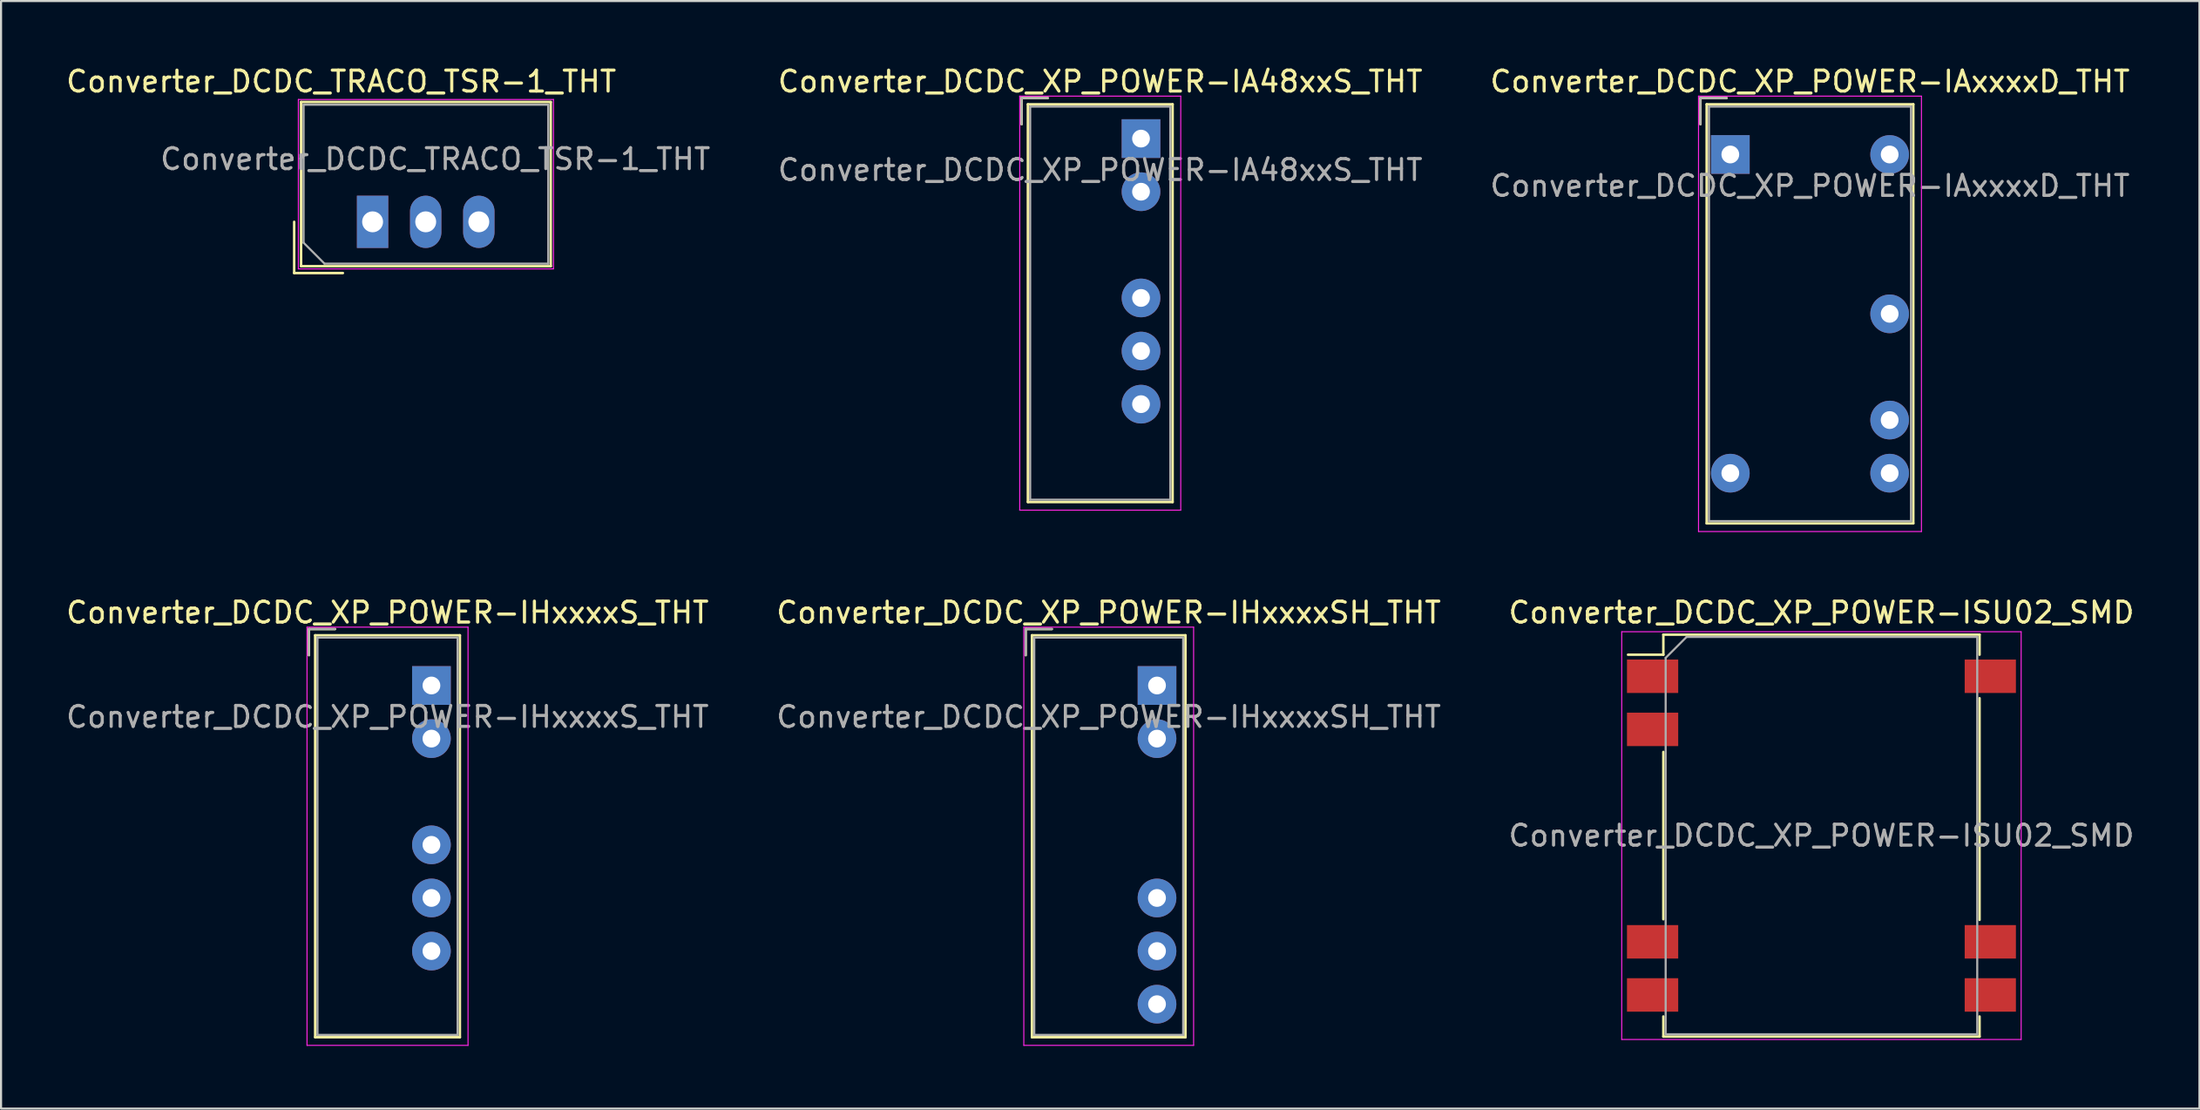
<source format=kicad_pcb>
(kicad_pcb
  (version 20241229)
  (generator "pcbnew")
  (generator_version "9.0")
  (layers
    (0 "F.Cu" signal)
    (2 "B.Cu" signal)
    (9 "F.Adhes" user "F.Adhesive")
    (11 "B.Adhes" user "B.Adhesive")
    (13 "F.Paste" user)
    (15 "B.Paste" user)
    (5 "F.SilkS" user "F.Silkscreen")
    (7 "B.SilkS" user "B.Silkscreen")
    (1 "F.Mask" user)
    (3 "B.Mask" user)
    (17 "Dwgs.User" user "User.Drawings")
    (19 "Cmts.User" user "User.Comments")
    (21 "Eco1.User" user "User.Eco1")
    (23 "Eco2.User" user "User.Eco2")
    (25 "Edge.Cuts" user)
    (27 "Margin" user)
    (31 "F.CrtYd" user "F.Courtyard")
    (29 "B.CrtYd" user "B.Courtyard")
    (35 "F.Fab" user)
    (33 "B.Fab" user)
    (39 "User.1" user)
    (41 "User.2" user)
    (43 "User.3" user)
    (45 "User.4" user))
  (footprint "Converter_DCDC_XP_POWER-IAxxxxD_THT"
    (layer "F.Cu")
    (at 79.696 4.338)
    (property "Reference" "Converter_DCDC_XP_POWER-IAxxxxD_THT" (at 3.81 -3.49 0) (layer "F.SilkS") (effects (font (size 1 1) (thickness 0.15))))
    (attr through_hole)
    (fp_line (start -1.43 -2.7) (end -1.43 -1.45) (stroke (width 0.12) (type solid)) (layer "F.SilkS"))
    (fp_line (start -1.13 -2.4) (end -1.13 17.64) (stroke (width 0.12) (type solid)) (layer "F.SilkS"))
    (fp_line (start -1.13 17.64) (end 8.75 17.64) (stroke (width 0.12) (type solid)) (layer "F.SilkS"))
    (fp_line (start -0.18 -2.7) (end -1.43 -2.7) (stroke (width 0.12) (type solid)) (layer "F.SilkS"))
    (fp_line (start 8.75 -2.4) (end -1.13 -2.4) (stroke (width 0.12) (type solid)) (layer "F.SilkS"))
    (fp_line (start 8.75 17.64) (end 8.75 -2.4) (stroke (width 0.12) (type solid)) (layer "F.SilkS"))
    (fp_line (start -1.52 -2.79) (end -1.52 18.03) (stroke (width 0.05) (type solid)) (layer "F.CrtYd"))
    (fp_line (start -1.52 18.03) (end 9.14 18.03) (stroke (width 0.05) (type solid)) (layer "F.CrtYd"))
    (fp_line (start 9.14 -2.79) (end -1.52 -2.79) (stroke (width 0.05) (type solid)) (layer "F.CrtYd"))
    (fp_line (start 9.14 18.03) (end 9.14 -2.79) (stroke (width 0.05) (type solid)) (layer "F.CrtYd"))
    (fp_line (start -1.43 -2.7) (end -1.43 -1.45) (stroke (width 0.1) (type solid)) (layer "F.Fab"))
    (fp_line (start -1.02 -2.29) (end -1.02 17.53) (stroke (width 0.1) (type solid)) (layer "F.Fab"))
    (fp_line (start -1.02 17.53) (end 8.64 17.53) (stroke (width 0.1) (type solid)) (layer "F.Fab"))
    (fp_line (start -0.18 -2.7) (end -1.43 -2.7) (stroke (width 0.1) (type solid)) (layer "F.Fab"))
    (fp_line (start 8.64 -2.29) (end -1.02 -2.29) (stroke (width 0.1) (type solid)) (layer "F.Fab"))
    (fp_line (start 8.64 17.53) (end 8.64 -2.29) (stroke (width 0.1) (type solid)) (layer "F.Fab"))
    (fp_text user "${REFERENCE}" (at 3.81 1.5 0) (layer "F.Fab") (effects (font (size 1 1) (thickness 0.15))))
    (pad "1" thru_hole rect (at 0 0) (size 1.85 1.85) (drill 0.85) (layers "*.Cu" "*.Mask"))
    (pad "2" thru_hole circle (at 0 15.24) (size 1.85 1.85) (drill 0.85) (layers "*.Cu" "*.Mask"))
    (pad "3" thru_hole circle (at 7.62 0) (size 1.85 1.85) (drill 0.85) (layers "*.Cu" "*.Mask"))
    (pad "4" thru_hole circle (at 7.62 7.62) (size 1.85 1.85) (drill 0.85) (layers "*.Cu" "*.Mask"))
    (pad "5" thru_hole circle (at 7.62 12.7) (size 1.85 1.85) (drill 0.85) (layers "*.Cu" "*.Mask"))
    (pad "6" thru_hole circle (at 7.62 15.24) (size 1.85 1.85) (drill 0.85) (layers "*.Cu" "*.Mask")))
  (footprint "Converter_DCDC_XP_POWER-ISU02_SMD"
    (layer "F.Cu")
    (at 84.054 36.91)
    (property "Reference" "Converter_DCDC_XP_POWER-ISU02_SMD" (at 0 -10.668 0) (layer "F.SilkS") (effects (font (size 1 1) (thickness 0.15))))
    (attr smd)
    (fp_line (start -7.56 -9.61) (end -7.56 -8.65) (stroke (width 0.12) (type solid)) (layer "F.SilkS"))
    (fp_line (start -7.56 -9.61) (end 7.56 -9.61) (stroke (width 0.12) (type solid)) (layer "F.SilkS"))
    (fp_line (start -7.56 -8.65) (end -9.25 -8.65) (stroke (width 0.12) (type solid)) (layer "F.SilkS"))
    (fp_line (start -7.56 4) (end -7.56 -4) (stroke (width 0.12) (type solid)) (layer "F.SilkS"))
    (fp_line (start -7.56 8.65) (end -7.56 9.61) (stroke (width 0.12) (type solid)) (layer "F.SilkS"))
    (fp_line (start -7.56 9.61) (end 7.56 9.61) (stroke (width 0.12) (type solid)) (layer "F.SilkS"))
    (fp_line (start 7.56 -9.61) (end 7.56 -8.65) (stroke (width 0.12) (type solid)) (layer "F.SilkS"))
    (fp_line (start 7.56 4.03) (end 7.56 -6.57) (stroke (width 0.12) (type solid)) (layer "F.SilkS"))
    (fp_line (start 7.56 8.65) (end 7.56 9.61) (stroke (width 0.12) (type solid)) (layer "F.SilkS"))
    (fp_line (start -9.55 -9.75) (end -9.55 9.75) (stroke (width 0.05) (type solid)) (layer "F.CrtYd"))
    (fp_line (start -9.55 -9.75) (end 9.55 -9.75) (stroke (width 0.05) (type solid)) (layer "F.CrtYd"))
    (fp_line (start -9.55 9.75) (end 9.55 9.75) (stroke (width 0.05) (type solid)) (layer "F.CrtYd"))
    (fp_line (start 9.55 -9.75) (end 9.55 9.75) (stroke (width 0.05) (type solid)) (layer "F.CrtYd"))
    (fp_line (start -7.45 -8.5) (end -7.45 9.5) (stroke (width 0.1) (type solid)) (layer "F.Fab"))
    (fp_line (start -7.45 -8.5) (end -6.45 -9.5) (stroke (width 0.1) (type solid)) (layer "F.Fab"))
    (fp_line (start 7.45 -9.5) (end -6.45 -9.5) (stroke (width 0.1) (type solid)) (layer "F.Fab"))
    (fp_line (start 7.45 -9.5) (end 7.45 9.5) (stroke (width 0.1) (type solid)) (layer "F.Fab"))
    (fp_line (start 7.45 9.5) (end -7.45 9.5) (stroke (width 0.1) (type solid)) (layer "F.Fab"))
    (fp_text user "${REFERENCE}" (at 0 0 0) (layer "F.Fab") (effects (font (size 1 1) (thickness 0.15))))
    (pad "1" smd rect (at -8.075 -7.62) (size 2.45 1.6) (layers "F.Cu" "F.Mask" "F.Paste"))
    (pad "2" smd rect (at -8.075 -5.08) (size 2.45 1.6) (layers "F.Cu" "F.Mask" "F.Paste"))
    (pad "6" smd rect (at -8.075 5.08) (size 2.45 1.6) (layers "F.Cu" "F.Mask" "F.Paste"))
    (pad "7" smd rect (at -8.075 7.62) (size 2.45 1.6) (layers "F.Cu" "F.Mask" "F.Paste"))
    (pad "8" smd rect (at 8.075 7.62) (size 2.45 1.6) (layers "F.Cu" "F.Mask" "F.Paste"))
    (pad "9" smd rect (at 8.075 5.08) (size 2.45 1.6) (layers "F.Cu" "F.Mask" "F.Paste"))
    (pad "14" smd rect (at 8.075 -7.62) (size 2.45 1.6) (layers "F.Cu" "F.Mask" "F.Paste")))
  (footprint "Converter_DCDC_XP_POWER-IA48xxS_THT"
    (layer "F.Cu")
    (at 51.515 3.578)
    (property "Reference" "Converter_DCDC_XP_POWER-IA48xxS_THT" (at -1.95 -2.73 0) (layer "F.SilkS") (effects (font (size 1 1) (thickness 0.15))))
    (attr through_hole)
    (fp_line (start -5.71 -1.94) (end -5.71 -0.69) (stroke (width 0.12) (type solid)) (layer "F.SilkS"))
    (fp_line (start -5.41 -1.64) (end -5.41 17.38) (stroke (width 0.12) (type solid)) (layer "F.SilkS"))
    (fp_line (start -5.41 17.38) (end 1.51 17.38) (stroke (width 0.12) (type solid)) (layer "F.SilkS"))
    (fp_line (start -4.46 -1.94) (end -5.71 -1.94) (stroke (width 0.12) (type solid)) (layer "F.SilkS"))
    (fp_line (start 1.51 -1.64) (end -5.41 -1.64) (stroke (width 0.12) (type solid)) (layer "F.SilkS"))
    (fp_line (start 1.51 17.38) (end 1.51 -1.64) (stroke (width 0.12) (type solid)) (layer "F.SilkS"))
    (fp_line (start -5.8 -2.03) (end -5.8 17.77) (stroke (width 0.05) (type solid)) (layer "F.CrtYd"))
    (fp_line (start -5.8 17.77) (end 1.9 17.77) (stroke (width 0.05) (type solid)) (layer "F.CrtYd"))
    (fp_line (start 1.9 -2.03) (end -5.8 -2.03) (stroke (width 0.05) (type solid)) (layer "F.CrtYd"))
    (fp_line (start 1.9 17.77) (end 1.9 -2.03) (stroke (width 0.05) (type solid)) (layer "F.CrtYd"))
    (fp_line (start -5.71 -1.94) (end -5.71 -0.69) (stroke (width 0.1) (type solid)) (layer "F.Fab"))
    (fp_line (start -5.3 -1.53) (end -5.3 17.27) (stroke (width 0.1) (type solid)) (layer "F.Fab"))
    (fp_line (start -5.3 17.27) (end 1.4 17.27) (stroke (width 0.1) (type solid)) (layer "F.Fab"))
    (fp_line (start -4.46 -1.94) (end -5.71 -1.94) (stroke (width 0.1) (type solid)) (layer "F.Fab"))
    (fp_line (start 1.4 -1.53) (end -5.3 -1.53) (stroke (width 0.1) (type solid)) (layer "F.Fab"))
    (fp_line (start 1.4 17.27) (end 1.4 -1.53) (stroke (width 0.1) (type solid)) (layer "F.Fab"))
    (fp_text user "${REFERENCE}" (at -1.95 1.5 0) (layer "F.Fab") (effects (font (size 1 1) (thickness 0.15))))
    (pad "1" thru_hole rect (at 0 0) (size 1.85 1.85) (drill 0.85) (layers "*.Cu" "*.Mask"))
    (pad "2" thru_hole circle (at 0 2.54) (size 1.85 1.85) (drill 0.85) (layers "*.Cu" "*.Mask"))
    (pad "4" thru_hole circle (at 0 7.62) (size 1.85 1.85) (drill 0.85) (layers "*.Cu" "*.Mask"))
    (pad "5" thru_hole circle (at 0 10.16) (size 1.85 1.85) (drill 0.85) (layers "*.Cu" "*.Mask"))
    (pad "6" thru_hole circle (at 0 12.7) (size 1.85 1.85) (drill 0.85) (layers "*.Cu" "*.Mask")))
  (footprint "Converter_DCDC_XP_POWER-IHxxxxSH_THT"
    (layer "F.Cu")
    (at 52.28 29.732)
    (property "Reference" "Converter_DCDC_XP_POWER-IHxxxxSH_THT" (at -2.31 -3.49 0) (layer "F.SilkS") (effects (font (size 1 1) (thickness 0.15))))
    (attr through_hole)
    (fp_line (start -6.28 -2.7) (end -6.28 -1.45) (stroke (width 0.12) (type solid)) (layer "F.SilkS"))
    (fp_line (start -5.98 -2.4) (end -5.98 16.82) (stroke (width 0.12) (type solid)) (layer "F.SilkS"))
    (fp_line (start -5.98 16.82) (end 1.36 16.82) (stroke (width 0.12) (type solid)) (layer "F.SilkS"))
    (fp_line (start -5.03 -2.7) (end -6.28 -2.7) (stroke (width 0.12) (type solid)) (layer "F.SilkS"))
    (fp_line (start 1.36 -2.4) (end -5.98 -2.4) (stroke (width 0.12) (type solid)) (layer "F.SilkS"))
    (fp_line (start 1.36 16.82) (end 1.36 -2.4) (stroke (width 0.12) (type solid)) (layer "F.SilkS"))
    (fp_line (start -6.37 -2.79) (end -6.37 17.21) (stroke (width 0.05) (type solid)) (layer "F.CrtYd"))
    (fp_line (start -6.37 17.21) (end 1.75 17.21) (stroke (width 0.05) (type solid)) (layer "F.CrtYd"))
    (fp_line (start 1.75 -2.79) (end -6.37 -2.79) (stroke (width 0.05) (type solid)) (layer "F.CrtYd"))
    (fp_line (start 1.75 17.21) (end 1.75 -2.79) (stroke (width 0.05) (type solid)) (layer "F.CrtYd"))
    (fp_line (start -6.28 -2.7) (end -6.28 -1.45) (stroke (width 0.1) (type solid)) (layer "F.Fab"))
    (fp_line (start -5.87 -2.29) (end -5.87 16.71) (stroke (width 0.1) (type solid)) (layer "F.Fab"))
    (fp_line (start -5.87 16.71) (end 1.25 16.71) (stroke (width 0.1) (type solid)) (layer "F.Fab"))
    (fp_line (start -5.03 -2.7) (end -6.28 -2.7) (stroke (width 0.1) (type solid)) (layer "F.Fab"))
    (fp_line (start 1.25 -2.29) (end -5.87 -2.29) (stroke (width 0.1) (type solid)) (layer "F.Fab"))
    (fp_line (start 1.25 16.71) (end 1.25 -2.29) (stroke (width 0.1) (type solid)) (layer "F.Fab"))
    (fp_text user "${REFERENCE}" (at -2.31 1.5 0) (layer "F.Fab") (effects (font (size 1 1) (thickness 0.15))))
    (pad "1" thru_hole rect (at 0 0) (size 1.85 1.85) (drill 0.85) (layers "*.Cu" "*.Mask"))
    (pad "2" thru_hole circle (at 0 2.54) (size 1.85 1.85) (drill 0.85) (layers "*.Cu" "*.Mask"))
    (pad "4" thru_hole circle (at 0 10.16) (size 1.85 1.85) (drill 0.85) (layers "*.Cu" "*.Mask"))
    (pad "5" thru_hole circle (at 0 12.7) (size 1.85 1.85) (drill 0.85) (layers "*.Cu" "*.Mask"))
    (pad "6" thru_hole circle (at 0 15.24) (size 1.85 1.85) (drill 0.85) (layers "*.Cu" "*.Mask")))
  (footprint "Converter_DCDC_XP_POWER-IHxxxxS_THT"
    (layer "F.Cu")
    (at 17.582 29.732)
    (property "Reference" "Converter_DCDC_XP_POWER-IHxxxxS_THT" (at -2.1 -3.49 0) (layer "F.SilkS") (effects (font (size 1 1) (thickness 0.15))))
    (attr through_hole)
    (fp_line (start -5.86 -2.7) (end -5.86 -1.45) (stroke (width 0.12) (type solid)) (layer "F.SilkS"))
    (fp_line (start -5.56 -2.4) (end -5.56 16.82) (stroke (width 0.12) (type solid)) (layer "F.SilkS"))
    (fp_line (start -5.56 16.82) (end 1.36 16.82) (stroke (width 0.12) (type solid)) (layer "F.SilkS"))
    (fp_line (start -4.61 -2.7) (end -5.86 -2.7) (stroke (width 0.12) (type solid)) (layer "F.SilkS"))
    (fp_line (start 1.36 -2.4) (end -5.56 -2.4) (stroke (width 0.12) (type solid)) (layer "F.SilkS"))
    (fp_line (start 1.36 16.82) (end 1.36 -2.4) (stroke (width 0.12) (type solid)) (layer "F.SilkS"))
    (fp_line (start -5.95 -2.79) (end -5.95 17.21) (stroke (width 0.05) (type solid)) (layer "F.CrtYd"))
    (fp_line (start -5.95 17.21) (end 1.75 17.21) (stroke (width 0.05) (type solid)) (layer "F.CrtYd"))
    (fp_line (start 1.75 -2.79) (end -5.95 -2.79) (stroke (width 0.05) (type solid)) (layer "F.CrtYd"))
    (fp_line (start 1.75 17.21) (end 1.75 -2.79) (stroke (width 0.05) (type solid)) (layer "F.CrtYd"))
    (fp_line (start -5.86 -2.7) (end -5.86 -1.45) (stroke (width 0.1) (type solid)) (layer "F.Fab"))
    (fp_line (start -5.45 -2.29) (end -5.45 16.71) (stroke (width 0.1) (type solid)) (layer "F.Fab"))
    (fp_line (start -5.45 16.71) (end 1.25 16.71) (stroke (width 0.1) (type solid)) (layer "F.Fab"))
    (fp_line (start -4.61 -2.7) (end -5.86 -2.7) (stroke (width 0.1) (type solid)) (layer "F.Fab"))
    (fp_line (start 1.25 -2.29) (end -5.45 -2.29) (stroke (width 0.1) (type solid)) (layer "F.Fab"))
    (fp_line (start 1.25 16.71) (end 1.25 -2.29) (stroke (width 0.1) (type solid)) (layer "F.Fab"))
    (fp_text user "${REFERENCE}" (at -2.1 1.5 0) (layer "F.Fab") (effects (font (size 1 1) (thickness 0.15))))
    (pad "1" thru_hole rect (at 0 0) (size 1.85 1.85) (drill 0.85) (layers "*.Cu" "*.Mask"))
    (pad "2" thru_hole circle (at 0 2.54) (size 1.85 1.85) (drill 0.85) (layers "*.Cu" "*.Mask"))
    (pad "4" thru_hole circle (at 0 7.62) (size 1.85 1.85) (drill 0.85) (layers "*.Cu" "*.Mask"))
    (pad "5" thru_hole circle (at 0 10.16) (size 1.85 1.85) (drill 0.85) (layers "*.Cu" "*.Mask"))
    (pad "6" thru_hole circle (at 0 12.7) (size 1.85 1.85) (drill 0.85) (layers "*.Cu" "*.Mask")))
  (footprint "Converter_DCDC_TRACO_TSR-1_THT"
    (layer "F.Cu")
    (at 14.768 7.558)
    (property "Reference" "Converter_DCDC_TRACO_TSR-1_THT" (at -1.5 -6.71 0) (layer "F.SilkS") (effects (font (size 1 1) (thickness 0.15))))
    (attr through_hole)
    (fp_line (start -3.75 0) (end -3.75 2.45) (stroke (width 0.12) (type solid)) (layer "F.SilkS"))
    (fp_line (start -3.75 2.45) (end -1.42 2.45) (stroke (width 0.12) (type solid)) (layer "F.SilkS"))
    (fp_line (start -3.42 -5.73) (end 8.52 -5.73) (stroke (width 0.12) (type solid)) (layer "F.SilkS"))
    (fp_line (start -3.42 2.12) (end -3.42 -5.73) (stroke (width 0.12) (type solid)) (layer "F.SilkS"))
    (fp_line (start 8.52 -5.73) (end 8.52 2.12) (stroke (width 0.12) (type solid)) (layer "F.SilkS"))
    (fp_line (start 8.52 2.12) (end -3.42 2.12) (stroke (width 0.12) (type solid)) (layer "F.SilkS"))
    (fp_line (start -3.55 -5.85) (end 8.65 -5.85) (stroke (width 0.05) (type solid)) (layer "F.CrtYd"))
    (fp_line (start -3.55 2.25) (end -3.55 -5.85) (stroke (width 0.05) (type solid)) (layer "F.CrtYd"))
    (fp_line (start 8.65 -5.85) (end 8.65 2.25) (stroke (width 0.05) (type solid)) (layer "F.CrtYd"))
    (fp_line (start 8.65 2.25) (end -3.55 2.25) (stroke (width 0.05) (type solid)) (layer "F.CrtYd"))
    (fp_line (start -3.3 -5.6) (end 8.4 -5.6) (stroke (width 0.1) (type solid)) (layer "F.Fab"))
    (fp_line (start -3.3 1) (end -3.3 -5.6) (stroke (width 0.1) (type solid)) (layer "F.Fab"))
    (fp_line (start -3.3 1) (end -2.3 2) (stroke (width 0.1) (type solid)) (layer "F.Fab"))
    (fp_line (start -2.3 2) (end 8.4 2) (stroke (width 0.1) (type solid)) (layer "F.Fab"))
    (fp_line (start 8.4 2) (end 8.4 -5.6) (stroke (width 0.1) (type solid)) (layer "F.Fab"))
    (fp_text user "${REFERENCE}" (at 3 -3 0) (layer "F.Fab") (effects (font (size 1 1) (thickness 0.15))))
    (pad "1" thru_hole rect (at 0 0) (size 1.5 2.5) (drill 1) (layers "*.Cu" "*.Mask"))
    (pad "2" thru_hole oval (at 2.54 0) (size 1.5 2.5) (drill 1) (layers "*.Cu" "*.Mask"))
    (pad "3" thru_hole oval (at 5.08 0) (size 1.5 2.5) (drill 1) (layers "*.Cu" "*.Mask")))
  (gr_rect
    (start -3 -3)
    (end 102.131 49.967)
    (stroke (width 0.1) (type default))
    (fill no)
    (layer "Edge.Cuts")))
</source>
